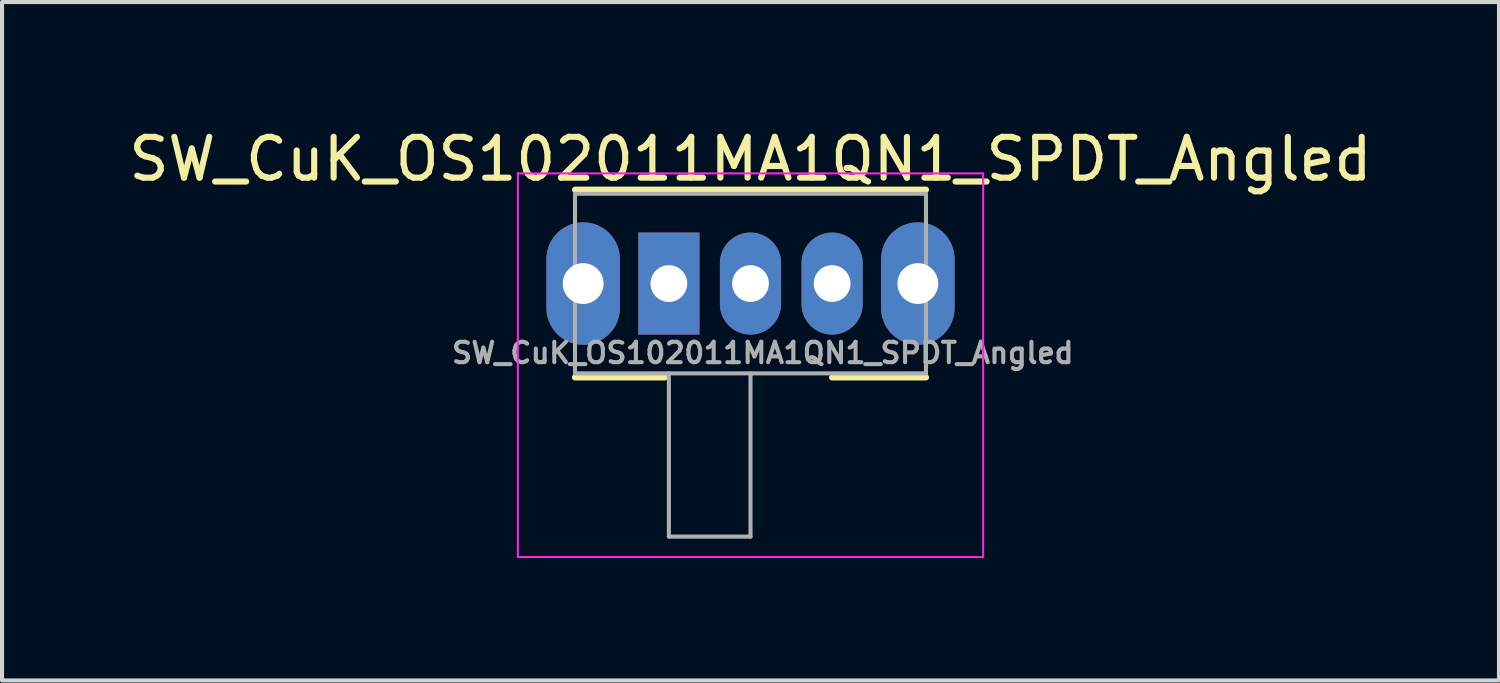
<source format=kicad_pcb>
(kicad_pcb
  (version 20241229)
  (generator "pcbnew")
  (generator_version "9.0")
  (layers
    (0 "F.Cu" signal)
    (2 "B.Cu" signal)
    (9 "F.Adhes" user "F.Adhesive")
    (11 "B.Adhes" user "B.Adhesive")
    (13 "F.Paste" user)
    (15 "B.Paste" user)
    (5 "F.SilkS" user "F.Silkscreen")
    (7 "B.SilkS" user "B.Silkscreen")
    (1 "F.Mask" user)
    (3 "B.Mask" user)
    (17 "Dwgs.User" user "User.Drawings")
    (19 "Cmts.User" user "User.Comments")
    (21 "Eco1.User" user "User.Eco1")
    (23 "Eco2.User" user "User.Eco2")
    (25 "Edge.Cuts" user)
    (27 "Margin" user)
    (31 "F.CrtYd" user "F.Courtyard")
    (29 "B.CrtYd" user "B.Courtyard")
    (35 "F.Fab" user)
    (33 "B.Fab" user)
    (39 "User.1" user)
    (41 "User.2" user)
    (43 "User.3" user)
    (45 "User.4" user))
  (footprint "SW_CuK_OS102011MA1QN1_SPDT_Angled"
    (layer "F.Cu")
    (at 13.339 3.898)
    (property "Reference" "SW_CuK_OS102011MA1QN1_SPDT_Angled" (at 2 -3.05 180) (layer "F.SilkS") (effects (font (size 1 1) (thickness 0.15))))
    (attr through_hole)
    (fp_line (start -2.3 -2.3) (end 6.3 -2.3) (stroke (width 0.15) (type solid)) (layer "F.SilkS"))
    (fp_line (start -2.3 2.3) (end -0.1 2.3) (stroke (width 0.15) (type solid)) (layer "F.SilkS"))
    (fp_line (start 4 2.3) (end 6.3 2.3) (stroke (width 0.15) (type solid)) (layer "F.SilkS"))
    (fp_line (start -3.7 -2.7) (end 7.7 -2.7) (stroke (width 0.05) (type solid)) (layer "F.CrtYd"))
    (fp_line (start -3.7 6.7) (end -3.7 -2.7) (stroke (width 0.05) (type solid)) (layer "F.CrtYd"))
    (fp_line (start 7.7 -2.7) (end 7.7 6.7) (stroke (width 0.05) (type solid)) (layer "F.CrtYd"))
    (fp_line (start 7.7 6.7) (end -3.7 6.7) (stroke (width 0.05) (type solid)) (layer "F.CrtYd"))
    (fp_line (start -2.3 -2.2) (end -2.3 2.2) (stroke (width 0.1) (type solid)) (layer "F.Fab"))
    (fp_line (start -2.3 -2.2) (end 6.3 -2.2) (stroke (width 0.1) (type solid)) (layer "F.Fab"))
    (fp_line (start -2.3 2.2) (end 6.3 2.2) (stroke (width 0.1) (type solid)) (layer "F.Fab"))
    (fp_line (start 0 6.2) (end 0 2.2) (stroke (width 0.1) (type solid)) (layer "F.Fab"))
    (fp_line (start 2 2.2) (end 2 6.2) (stroke (width 0.1) (type solid)) (layer "F.Fab"))
    (fp_line (start 2 6.2) (end 0 6.2) (stroke (width 0.1) (type solid)) (layer "F.Fab"))
    (fp_line (start 6.3 2.2) (end 6.3 -2.2) (stroke (width 0.1) (type solid)) (layer "F.Fab"))
    (fp_text user "${REFERENCE}" (at 2.3 1.7 180) (layer "F.Fab") (effects (font (size 0.5 0.5) (thickness 0.1))))
    (pad "" thru_hole oval (at -2.1 0) (size 1.8 3) (drill 1) (layers "*.Cu" "*.Mask"))
    (pad "" thru_hole oval (at 6.1 0) (size 1.8 3) (drill 1) (layers "*.Cu" "*.Mask"))
    (pad "1" thru_hole rect (at 0 0) (size 1.5 2.5) (drill 0.9) (layers "*.Cu" "*.Mask"))
    (pad "2" thru_hole oval (at 2 0) (size 1.5 2.5) (drill 0.9) (layers "*.Cu" "*.Mask"))
    (pad "3" thru_hole oval (at 4 0) (size 1.5 2.5) (drill 0.9) (layers "*.Cu" "*.Mask")))
  (gr_rect
    (start -3 -3)
    (end 33.679 13.623)
    (stroke (width 0.1) (type default))
    (fill no)
    (layer "Edge.Cuts")))
</source>
